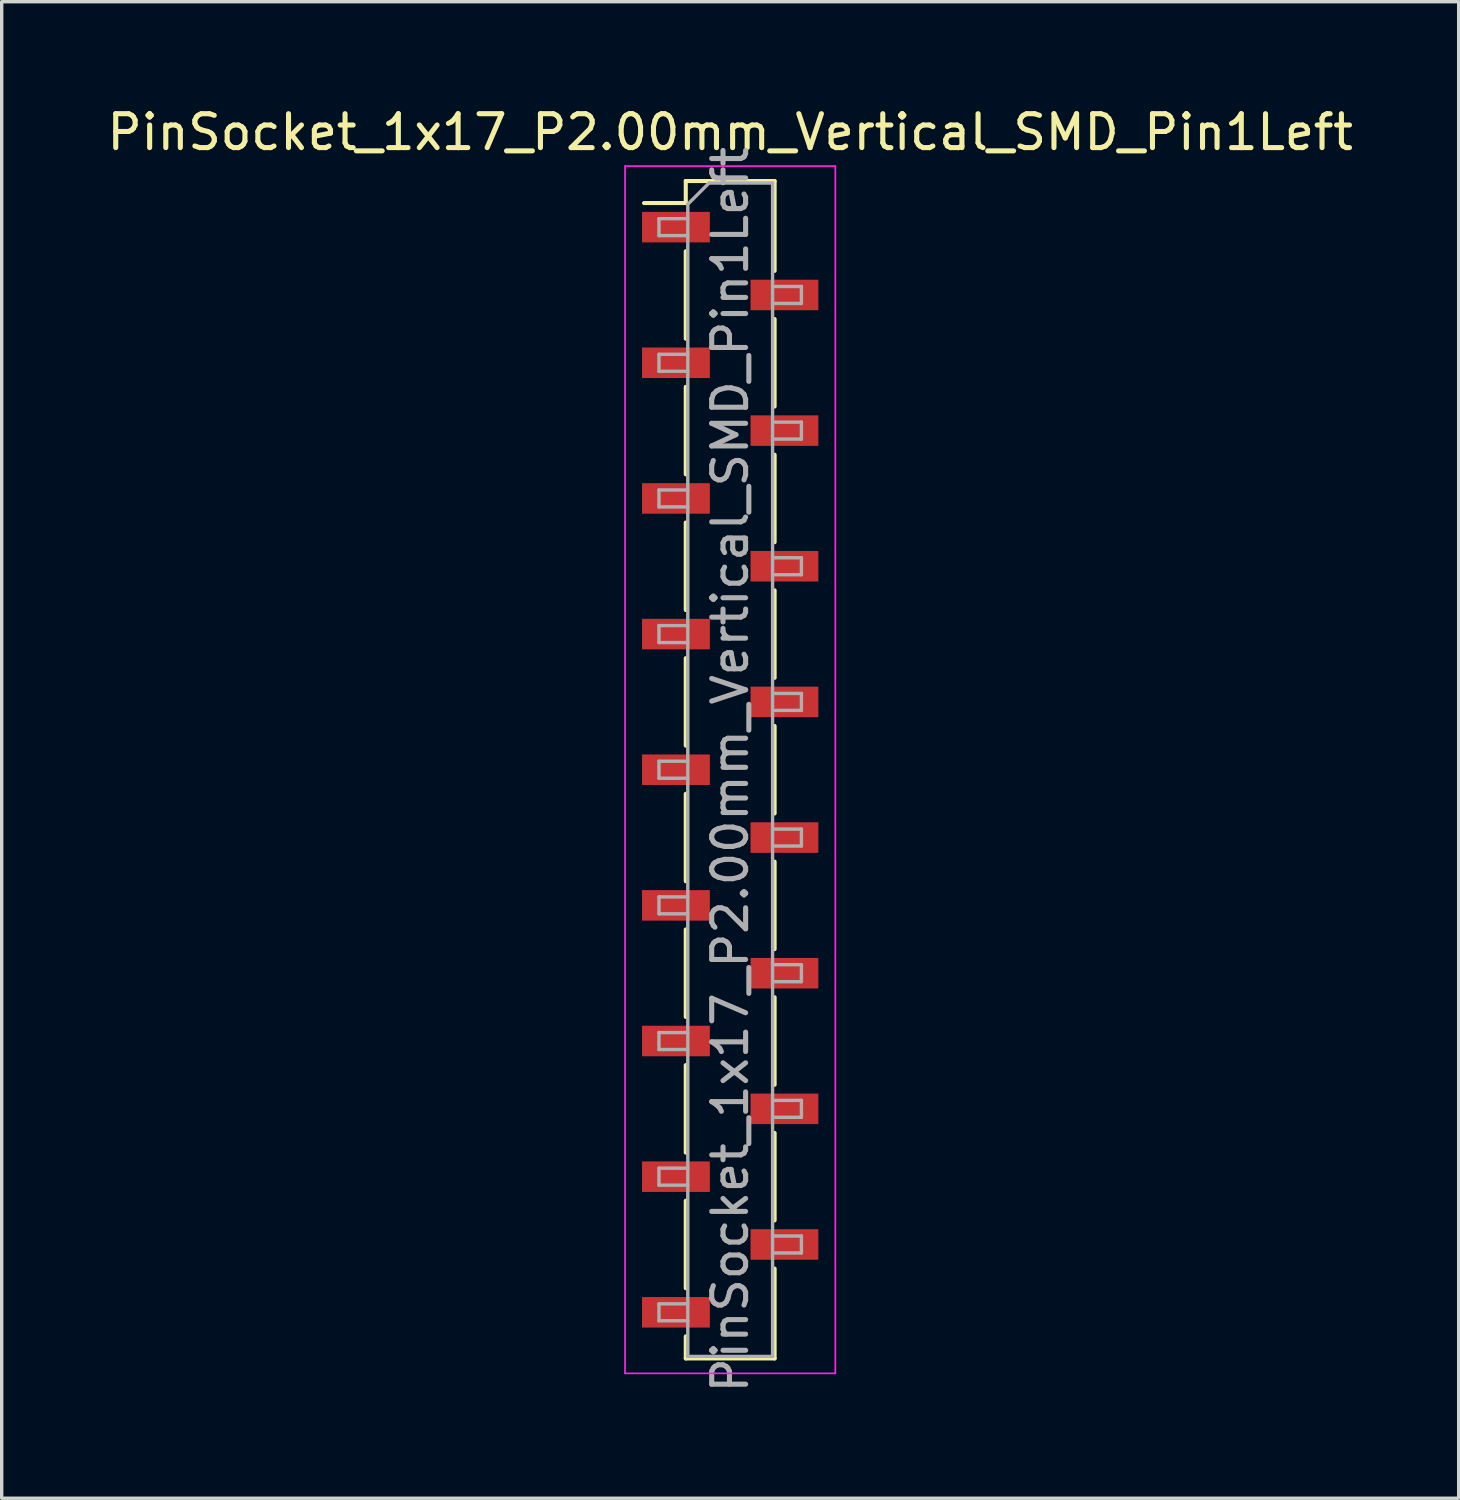
<source format=kicad_pcb>
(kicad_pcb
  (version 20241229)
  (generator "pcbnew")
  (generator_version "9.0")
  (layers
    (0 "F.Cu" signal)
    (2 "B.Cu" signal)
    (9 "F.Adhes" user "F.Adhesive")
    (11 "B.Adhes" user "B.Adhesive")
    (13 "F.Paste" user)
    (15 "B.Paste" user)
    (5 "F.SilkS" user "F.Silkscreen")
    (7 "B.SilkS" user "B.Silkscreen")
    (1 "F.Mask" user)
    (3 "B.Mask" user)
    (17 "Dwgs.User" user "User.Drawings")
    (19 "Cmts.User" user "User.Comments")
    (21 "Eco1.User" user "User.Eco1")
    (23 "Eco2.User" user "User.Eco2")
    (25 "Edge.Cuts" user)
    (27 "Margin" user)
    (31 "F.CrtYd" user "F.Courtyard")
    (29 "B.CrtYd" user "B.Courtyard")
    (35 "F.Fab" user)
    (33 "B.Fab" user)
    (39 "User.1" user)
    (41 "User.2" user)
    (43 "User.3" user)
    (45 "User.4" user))
  (footprint "PinSocket_1x17_P2.00mm_Vertical_SMD_Pin1Left"
    (layer "F.Cu")
    (at 18.482 19.648)
    (property "Reference" "PinSocket_1x17_P2.00mm_Vertical_SMD_Pin1Left" (at 0 -18.8 0) (layer "F.SilkS") (effects (font (size 1 1) (thickness 0.15))))
    (attr smd)
    (fp_line (start -2.54 -16.71) (end -1.31 -16.71) (stroke (width 0.12) (type solid)) (layer "F.SilkS"))
    (fp_line (start -1.31 -17.36) (end -1.31 -16.71) (stroke (width 0.12) (type solid)) (layer "F.SilkS"))
    (fp_line (start -1.31 -17.36) (end 1.31 -17.36) (stroke (width 0.12) (type solid)) (layer "F.SilkS"))
    (fp_line (start -1.31 -15.29) (end -1.31 -12.71) (stroke (width 0.12) (type solid)) (layer "F.SilkS"))
    (fp_line (start -1.31 -11.29) (end -1.31 -8.71) (stroke (width 0.12) (type solid)) (layer "F.SilkS"))
    (fp_line (start -1.31 -7.29) (end -1.31 -4.71) (stroke (width 0.12) (type solid)) (layer "F.SilkS"))
    (fp_line (start -1.31 -3.29) (end -1.31 -0.71) (stroke (width 0.12) (type solid)) (layer "F.SilkS"))
    (fp_line (start -1.31 0.71) (end -1.31 3.29) (stroke (width 0.12) (type solid)) (layer "F.SilkS"))
    (fp_line (start -1.31 4.71) (end -1.31 7.29) (stroke (width 0.12) (type solid)) (layer "F.SilkS"))
    (fp_line (start -1.31 8.71) (end -1.31 11.29) (stroke (width 0.12) (type solid)) (layer "F.SilkS"))
    (fp_line (start -1.31 12.71) (end -1.31 15.29) (stroke (width 0.12) (type solid)) (layer "F.SilkS"))
    (fp_line (start -1.31 16.71) (end -1.31 17.36) (stroke (width 0.12) (type solid)) (layer "F.SilkS"))
    (fp_line (start -1.31 17.36) (end 1.31 17.36) (stroke (width 0.12) (type solid)) (layer "F.SilkS"))
    (fp_line (start 1.31 -17.36) (end 1.31 -14.71) (stroke (width 0.12) (type solid)) (layer "F.SilkS"))
    (fp_line (start 1.31 -13.29) (end 1.31 -10.71) (stroke (width 0.12) (type solid)) (layer "F.SilkS"))
    (fp_line (start 1.31 -9.29) (end 1.31 -6.71) (stroke (width 0.12) (type solid)) (layer "F.SilkS"))
    (fp_line (start 1.31 -5.29) (end 1.31 -2.71) (stroke (width 0.12) (type solid)) (layer "F.SilkS"))
    (fp_line (start 1.31 -1.29) (end 1.31 1.29) (stroke (width 0.12) (type solid)) (layer "F.SilkS"))
    (fp_line (start 1.31 2.71) (end 1.31 5.29) (stroke (width 0.12) (type solid)) (layer "F.SilkS"))
    (fp_line (start 1.31 6.71) (end 1.31 9.29) (stroke (width 0.12) (type solid)) (layer "F.SilkS"))
    (fp_line (start 1.31 10.71) (end 1.31 13.29) (stroke (width 0.12) (type solid)) (layer "F.SilkS"))
    (fp_line (start 1.31 14.71) (end 1.31 17.36) (stroke (width 0.12) (type solid)) (layer "F.SilkS"))
    (fp_line (start -3.1 -17.8) (end 3.1 -17.8) (stroke (width 0.05) (type solid)) (layer "F.CrtYd"))
    (fp_line (start -3.1 17.8) (end -3.1 -17.8) (stroke (width 0.05) (type solid)) (layer "F.CrtYd"))
    (fp_line (start 3.1 -17.8) (end 3.1 17.8) (stroke (width 0.05) (type solid)) (layer "F.CrtYd"))
    (fp_line (start 3.1 17.8) (end -3.1 17.8) (stroke (width 0.05) (type solid)) (layer "F.CrtYd"))
    (fp_line (start -2.1 -16.25) (end -1.25 -16.25) (stroke (width 0.1) (type solid)) (layer "F.Fab"))
    (fp_line (start -2.1 -15.75) (end -2.1 -16.25) (stroke (width 0.1) (type solid)) (layer "F.Fab"))
    (fp_line (start -2.1 -12.25) (end -1.25 -12.25) (stroke (width 0.1) (type solid)) (layer "F.Fab"))
    (fp_line (start -2.1 -11.75) (end -2.1 -12.25) (stroke (width 0.1) (type solid)) (layer "F.Fab"))
    (fp_line (start -2.1 -8.25) (end -1.25 -8.25) (stroke (width 0.1) (type solid)) (layer "F.Fab"))
    (fp_line (start -2.1 -7.75) (end -2.1 -8.25) (stroke (width 0.1) (type solid)) (layer "F.Fab"))
    (fp_line (start -2.1 -4.25) (end -1.25 -4.25) (stroke (width 0.1) (type solid)) (layer "F.Fab"))
    (fp_line (start -2.1 -3.75) (end -2.1 -4.25) (stroke (width 0.1) (type solid)) (layer "F.Fab"))
    (fp_line (start -2.1 -0.25) (end -1.25 -0.25) (stroke (width 0.1) (type solid)) (layer "F.Fab"))
    (fp_line (start -2.1 0.25) (end -2.1 -0.25) (stroke (width 0.1) (type solid)) (layer "F.Fab"))
    (fp_line (start -2.1 3.75) (end -1.25 3.75) (stroke (width 0.1) (type solid)) (layer "F.Fab"))
    (fp_line (start -2.1 4.25) (end -2.1 3.75) (stroke (width 0.1) (type solid)) (layer "F.Fab"))
    (fp_line (start -2.1 7.75) (end -1.25 7.75) (stroke (width 0.1) (type solid)) (layer "F.Fab"))
    (fp_line (start -2.1 8.25) (end -2.1 7.75) (stroke (width 0.1) (type solid)) (layer "F.Fab"))
    (fp_line (start -2.1 11.75) (end -1.25 11.75) (stroke (width 0.1) (type solid)) (layer "F.Fab"))
    (fp_line (start -2.1 12.25) (end -2.1 11.75) (stroke (width 0.1) (type solid)) (layer "F.Fab"))
    (fp_line (start -2.1 15.75) (end -1.25 15.75) (stroke (width 0.1) (type solid)) (layer "F.Fab"))
    (fp_line (start -2.1 16.25) (end -2.1 15.75) (stroke (width 0.1) (type solid)) (layer "F.Fab"))
    (fp_line (start -1.25 -16.675) (end -0.625 -17.3) (stroke (width 0.1) (type solid)) (layer "F.Fab"))
    (fp_line (start -1.25 -15.75) (end -2.1 -15.75) (stroke (width 0.1) (type solid)) (layer "F.Fab"))
    (fp_line (start -1.25 -11.75) (end -2.1 -11.75) (stroke (width 0.1) (type solid)) (layer "F.Fab"))
    (fp_line (start -1.25 -7.75) (end -2.1 -7.75) (stroke (width 0.1) (type solid)) (layer "F.Fab"))
    (fp_line (start -1.25 -3.75) (end -2.1 -3.75) (stroke (width 0.1) (type solid)) (layer "F.Fab"))
    (fp_line (start -1.25 0.25) (end -2.1 0.25) (stroke (width 0.1) (type solid)) (layer "F.Fab"))
    (fp_line (start -1.25 4.25) (end -2.1 4.25) (stroke (width 0.1) (type solid)) (layer "F.Fab"))
    (fp_line (start -1.25 8.25) (end -2.1 8.25) (stroke (width 0.1) (type solid)) (layer "F.Fab"))
    (fp_line (start -1.25 12.25) (end -2.1 12.25) (stroke (width 0.1) (type solid)) (layer "F.Fab"))
    (fp_line (start -1.25 16.25) (end -2.1 16.25) (stroke (width 0.1) (type solid)) (layer "F.Fab"))
    (fp_line (start -1.25 17.3) (end -1.25 -16.675) (stroke (width 0.1) (type solid)) (layer "F.Fab"))
    (fp_line (start -0.625 -17.3) (end 1.25 -17.3) (stroke (width 0.1) (type solid)) (layer "F.Fab"))
    (fp_line (start 1.25 -17.3) (end 1.25 17.3) (stroke (width 0.1) (type solid)) (layer "F.Fab"))
    (fp_line (start 1.25 -14.25) (end 2.1 -14.25) (stroke (width 0.1) (type solid)) (layer "F.Fab"))
    (fp_line (start 1.25 -10.25) (end 2.1 -10.25) (stroke (width 0.1) (type solid)) (layer "F.Fab"))
    (fp_line (start 1.25 -6.25) (end 2.1 -6.25) (stroke (width 0.1) (type solid)) (layer "F.Fab"))
    (fp_line (start 1.25 -2.25) (end 2.1 -2.25) (stroke (width 0.1) (type solid)) (layer "F.Fab"))
    (fp_line (start 1.25 1.75) (end 2.1 1.75) (stroke (width 0.1) (type solid)) (layer "F.Fab"))
    (fp_line (start 1.25 5.75) (end 2.1 5.75) (stroke (width 0.1) (type solid)) (layer "F.Fab"))
    (fp_line (start 1.25 9.75) (end 2.1 9.75) (stroke (width 0.1) (type solid)) (layer "F.Fab"))
    (fp_line (start 1.25 13.75) (end 2.1 13.75) (stroke (width 0.1) (type solid)) (layer "F.Fab"))
    (fp_line (start 1.25 17.3) (end -1.25 17.3) (stroke (width 0.1) (type solid)) (layer "F.Fab"))
    (fp_line (start 2.1 -14.25) (end 2.1 -13.75) (stroke (width 0.1) (type solid)) (layer "F.Fab"))
    (fp_line (start 2.1 -13.75) (end 1.25 -13.75) (stroke (width 0.1) (type solid)) (layer "F.Fab"))
    (fp_line (start 2.1 -10.25) (end 2.1 -9.75) (stroke (width 0.1) (type solid)) (layer "F.Fab"))
    (fp_line (start 2.1 -9.75) (end 1.25 -9.75) (stroke (width 0.1) (type solid)) (layer "F.Fab"))
    (fp_line (start 2.1 -6.25) (end 2.1 -5.75) (stroke (width 0.1) (type solid)) (layer "F.Fab"))
    (fp_line (start 2.1 -5.75) (end 1.25 -5.75) (stroke (width 0.1) (type solid)) (layer "F.Fab"))
    (fp_line (start 2.1 -2.25) (end 2.1 -1.75) (stroke (width 0.1) (type solid)) (layer "F.Fab"))
    (fp_line (start 2.1 -1.75) (end 1.25 -1.75) (stroke (width 0.1) (type solid)) (layer "F.Fab"))
    (fp_line (start 2.1 1.75) (end 2.1 2.25) (stroke (width 0.1) (type solid)) (layer "F.Fab"))
    (fp_line (start 2.1 2.25) (end 1.25 2.25) (stroke (width 0.1) (type solid)) (layer "F.Fab"))
    (fp_line (start 2.1 5.75) (end 2.1 6.25) (stroke (width 0.1) (type solid)) (layer "F.Fab"))
    (fp_line (start 2.1 6.25) (end 1.25 6.25) (stroke (width 0.1) (type solid)) (layer "F.Fab"))
    (fp_line (start 2.1 9.75) (end 2.1 10.25) (stroke (width 0.1) (type solid)) (layer "F.Fab"))
    (fp_line (start 2.1 10.25) (end 1.25 10.25) (stroke (width 0.1) (type solid)) (layer "F.Fab"))
    (fp_line (start 2.1 13.75) (end 2.1 14.25) (stroke (width 0.1) (type solid)) (layer "F.Fab"))
    (fp_line (start 2.1 14.25) (end 1.25 14.25) (stroke (width 0.1) (type solid)) (layer "F.Fab"))
    (fp_text user "${REFERENCE}" (at 0 0 90) (layer "F.Fab") (effects (font (size 1 1) (thickness 0.15))))
    (pad "1" smd rect (at -1.6 -16) (size 2 0.9) (layers "F.Cu" "F.Mask" "F.Paste"))
    (pad "2" smd rect (at 1.6 -14) (size 2 0.9) (layers "F.Cu" "F.Mask" "F.Paste"))
    (pad "3" smd rect (at -1.6 -12) (size 2 0.9) (layers "F.Cu" "F.Mask" "F.Paste"))
    (pad "4" smd rect (at 1.6 -10) (size 2 0.9) (layers "F.Cu" "F.Mask" "F.Paste"))
    (pad "5" smd rect (at -1.6 -8) (size 2 0.9) (layers "F.Cu" "F.Mask" "F.Paste"))
    (pad "6" smd rect (at 1.6 -6) (size 2 0.9) (layers "F.Cu" "F.Mask" "F.Paste"))
    (pad "7" smd rect (at -1.6 -4) (size 2 0.9) (layers "F.Cu" "F.Mask" "F.Paste"))
    (pad "8" smd rect (at 1.6 -2) (size 2 0.9) (layers "F.Cu" "F.Mask" "F.Paste"))
    (pad "9" smd rect (at -1.6 0) (size 2 0.9) (layers "F.Cu" "F.Mask" "F.Paste"))
    (pad "10" smd rect (at 1.6 2) (size 2 0.9) (layers "F.Cu" "F.Mask" "F.Paste"))
    (pad "11" smd rect (at -1.6 4) (size 2 0.9) (layers "F.Cu" "F.Mask" "F.Paste"))
    (pad "12" smd rect (at 1.6 6) (size 2 0.9) (layers "F.Cu" "F.Mask" "F.Paste"))
    (pad "13" smd rect (at -1.6 8) (size 2 0.9) (layers "F.Cu" "F.Mask" "F.Paste"))
    (pad "14" smd rect (at 1.6 10) (size 2 0.9) (layers "F.Cu" "F.Mask" "F.Paste"))
    (pad "15" smd rect (at -1.6 12) (size 2 0.9) (layers "F.Cu" "F.Mask" "F.Paste"))
    (pad "16" smd rect (at 1.6 14) (size 2 0.9) (layers "F.Cu" "F.Mask" "F.Paste"))
    (pad "17" smd rect (at -1.6 16) (size 2 0.9) (layers "F.Cu" "F.Mask" "F.Paste")))
  (gr_rect
    (start -3 -3)
    (end 39.964 41.13)
    (stroke (width 0.1) (type default))
    (fill no)
    (layer "Edge.Cuts")))
</source>
